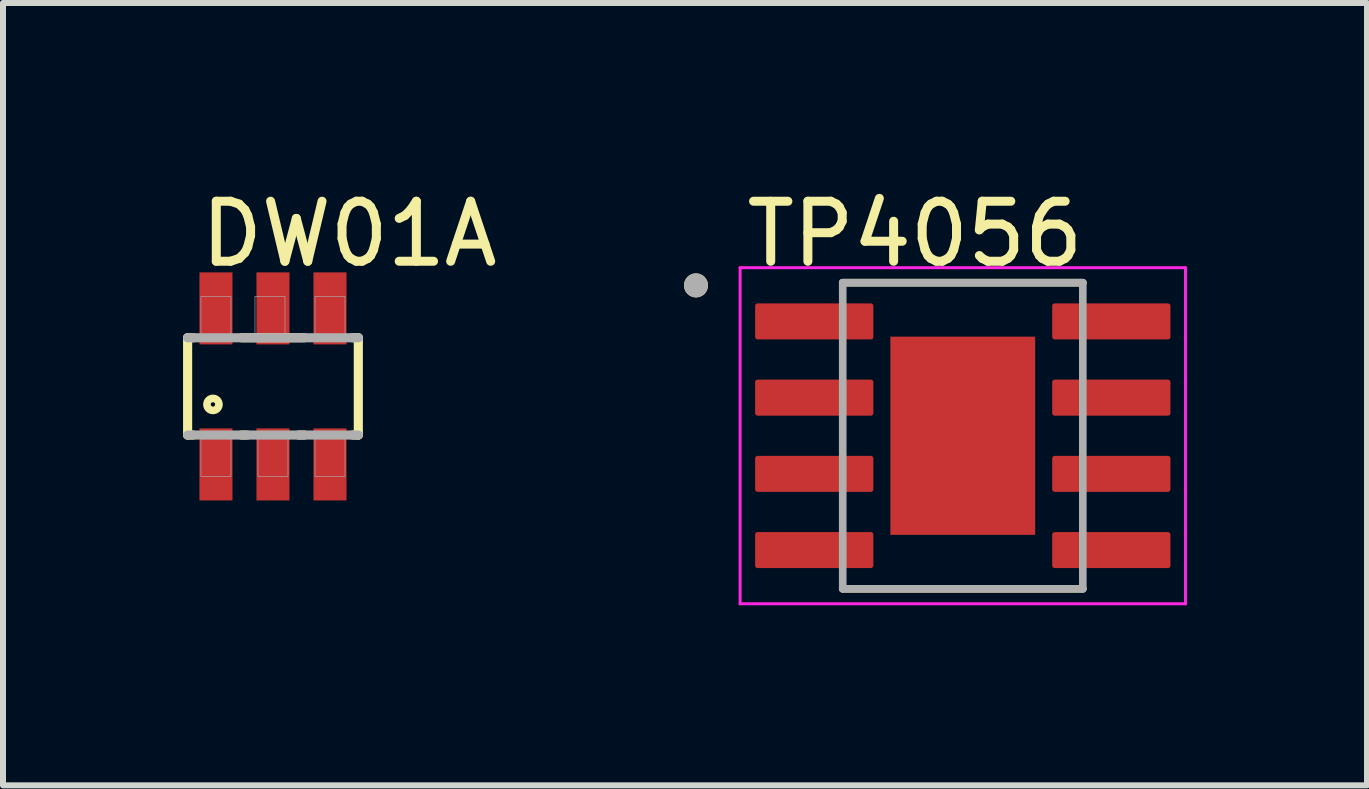
<source format=kicad_pcb>
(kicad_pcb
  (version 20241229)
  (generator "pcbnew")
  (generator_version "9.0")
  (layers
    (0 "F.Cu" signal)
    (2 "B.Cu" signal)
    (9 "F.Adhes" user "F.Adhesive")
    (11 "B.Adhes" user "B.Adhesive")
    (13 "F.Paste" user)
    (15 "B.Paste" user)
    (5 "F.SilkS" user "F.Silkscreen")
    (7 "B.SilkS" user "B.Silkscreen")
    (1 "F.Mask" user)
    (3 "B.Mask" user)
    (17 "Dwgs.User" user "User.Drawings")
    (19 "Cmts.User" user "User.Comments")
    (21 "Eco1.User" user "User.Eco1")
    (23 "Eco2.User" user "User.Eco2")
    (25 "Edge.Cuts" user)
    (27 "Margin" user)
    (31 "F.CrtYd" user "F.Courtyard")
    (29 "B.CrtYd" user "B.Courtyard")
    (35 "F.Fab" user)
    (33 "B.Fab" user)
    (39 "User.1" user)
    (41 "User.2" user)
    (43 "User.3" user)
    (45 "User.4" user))
  (footprint "TP4056"
    (layer "F.Cu")
    (at 12.991 4.21)
    (property "Reference" "TP4056" (at -0.795 -3.362 0) (layer "F.SilkS") (effects (font (size 1 1) (thickness 0.15))))
    (attr smd)
    (fp_line (start -2 -2.55) (end 2 -2.55) (stroke (width 0.127) (type solid)) (layer "F.SilkS"))
    (fp_line (start -2 2.55) (end 2 2.55) (stroke (width 0.127) (type solid)) (layer "F.SilkS"))
    (fp_circle (center -4.445 -2.505) (end -4.345 -2.505) (stroke (width 0.2) (type solid)) (fill no) (layer "F.SilkS"))
    (fp_poly (pts (xy -0.645 -0.82) (xy 0.645 -0.82) (xy 0.645 0.82) (xy -0.645 0.82)) (stroke (width 0.01) (type solid)) (fill yes) (layer "F.Paste"))
    (fp_line (start -3.71 -2.8) (end -3.71 2.8) (stroke (width 0.05) (type solid)) (layer "F.CrtYd"))
    (fp_line (start -3.71 -2.8) (end 3.71 -2.8) (stroke (width 0.05) (type solid)) (layer "F.CrtYd"))
    (fp_line (start -3.71 2.8) (end 3.71 2.8) (stroke (width 0.05) (type solid)) (layer "F.CrtYd"))
    (fp_line (start 3.71 -2.8) (end 3.71 2.8) (stroke (width 0.05) (type solid)) (layer "F.CrtYd"))
    (fp_line (start -2 -2.55) (end -2 2.55) (stroke (width 0.127) (type solid)) (layer "F.Fab"))
    (fp_line (start -2 -2.55) (end 2 -2.55) (stroke (width 0.127) (type solid)) (layer "F.Fab"))
    (fp_line (start -2 2.55) (end 2 2.55) (stroke (width 0.127) (type solid)) (layer "F.Fab"))
    (fp_line (start 2 -2.55) (end 2 2.55) (stroke (width 0.127) (type solid)) (layer "F.Fab"))
    (fp_circle (center -4.445 -2.505) (end -4.345 -2.505) (stroke (width 0.2) (type solid)) (fill no) (layer "F.Fab"))
    (pad "1" smd roundrect (at -2.475 -1.905) (size 1.97 0.6) (layers "F.Cu" "F.Mask" "F.Paste") (roundrect_rratio 0.07))
    (pad "2" smd roundrect (at -2.475 -0.635) (size 1.97 0.6) (layers "F.Cu" "F.Mask" "F.Paste") (roundrect_rratio 0.07))
    (pad "3" smd roundrect (at -2.475 0.635) (size 1.97 0.6) (layers "F.Cu" "F.Mask" "F.Paste") (roundrect_rratio 0.07))
    (pad "4" smd roundrect (at -2.475 1.905) (size 1.97 0.6) (layers "F.Cu" "F.Mask" "F.Paste") (roundrect_rratio 0.07))
    (pad "5" smd roundrect (at 2.475 1.905) (size 1.97 0.6) (layers "F.Cu" "F.Mask" "F.Paste") (roundrect_rratio 0.07))
    (pad "6" smd roundrect (at 2.475 0.635) (size 1.97 0.6) (layers "F.Cu" "F.Mask" "F.Paste") (roundrect_rratio 0.07))
    (pad "7" smd roundrect (at 2.475 -0.635) (size 1.97 0.6) (layers "F.Cu" "F.Mask" "F.Paste") (roundrect_rratio 0.07))
    (pad "8" smd roundrect (at 2.475 -1.905) (size 1.97 0.6) (layers "F.Cu" "F.Mask" "F.Paste") (roundrect_rratio 0.07))
    (pad "9" smd rect (at 0 0) (size 2.413 3.302) (layers "F.Cu" "F.Mask")))
  (footprint "DW01A"
    (layer "F.Cu")
    (at 1.498 3.388)
    (property "Reference" "DW01A" (at 1.27 -2.54 0) (layer "F.SilkS") (effects (font (size 1 1) (thickness 0.15))))
    (attr smd)
    (fp_line (start -1.422 -0.81) (end -1.328 -0.81) (stroke (width 0.152) (type solid)) (layer "F.SilkS"))
    (fp_line (start -1.422 0.81) (end -1.422 -0.81) (stroke (width 0.152) (type solid)) (layer "F.SilkS"))
    (fp_line (start -1.328 0.81) (end -1.422 0.81) (stroke (width 0.152) (type solid)) (layer "F.SilkS"))
    (fp_line (start -0.522 -0.81) (end 0.522 -0.81) (stroke (width 0.152) (type solid)) (layer "F.SilkS"))
    (fp_line (start -0.428 0.81) (end -0.522 0.81) (stroke (width 0.152) (type solid)) (layer "F.SilkS"))
    (fp_line (start 0.522 0.81) (end 0.428 0.81) (stroke (width 0.152) (type solid)) (layer "F.SilkS"))
    (fp_line (start 1.328 -0.81) (end 1.422 -0.81) (stroke (width 0.152) (type solid)) (layer "F.SilkS"))
    (fp_line (start 1.422 -0.81) (end 1.422 0.81) (stroke (width 0.152) (type solid)) (layer "F.SilkS"))
    (fp_line (start 1.422 0.81) (end 1.328 0.81) (stroke (width 0.152) (type solid)) (layer "F.SilkS"))
    (fp_circle (center -1 0.3) (end -0.9 0.3) (stroke (width 0.127) (type solid)) (fill no) (layer "F.SilkS"))
    (fp_line (start -1.422 -0.81) (end 1.422 -0.81) (stroke (width 0.152) (type solid)) (layer "F.Fab"))
    (fp_line (start 1.422 0.81) (end -1.422 0.81) (stroke (width 0.152) (type solid)) (layer "F.Fab"))
    (fp_poly (pts (xy -1.2 -1.5) (xy -0.7 -1.5) (xy -0.7 -0.85) (xy -1.2 -0.85)) (stroke (width 0.01) (type solid)) (fill no) (layer "F.Fab"))
    (fp_poly (pts (xy -1.2 0.85) (xy -0.7 0.85) (xy -0.7 1.5) (xy -1.2 1.5)) (stroke (width 0.01) (type solid)) (fill no) (layer "F.Fab"))
    (fp_poly (pts (xy -0.3 -1.5) (xy 0.2 -1.5) (xy 0.2 -0.85) (xy -0.3 -0.85)) (stroke (width 0.01) (type solid)) (fill no) (layer "F.Fab"))
    (fp_poly (pts (xy -0.25 0.85) (xy 0.25 0.85) (xy 0.25 1.5) (xy -0.25 1.5)) (stroke (width 0.01) (type solid)) (fill no) (layer "F.Fab"))
    (fp_poly (pts (xy 0.7 -1.5) (xy 1.2 -1.5) (xy 1.2 -0.85) (xy 0.7 -0.85)) (stroke (width 0.01) (type solid)) (fill no) (layer "F.Fab"))
    (fp_poly (pts (xy 0.7 0.85) (xy 1.2 0.85) (xy 1.2 1.5) (xy 0.7 1.5)) (stroke (width 0.01) (type solid)) (fill no) (layer "F.Fab"))
    (pad "1" smd rect (at -0.95 1.3) (size 0.55 1.2) (layers "F.Cu" "F.Mask" "F.Paste"))
    (pad "2" smd rect (at 0 1.3) (size 0.55 1.2) (layers "F.Cu" "F.Mask" "F.Paste"))
    (pad "3" smd rect (at 0.95 1.3) (size 0.55 1.2) (layers "F.Cu" "F.Mask" "F.Paste"))
    (pad "4" smd rect (at 0.95 -1.3) (size 0.55 1.2) (layers "F.Cu" "F.Mask" "F.Paste"))
    (pad "5" smd rect (at 0 -1.3) (size 0.55 1.2) (layers "F.Cu" "F.Mask" "F.Paste"))
    (pad "6" smd rect (at -0.95 -1.3) (size 0.55 1.2) (layers "F.Cu" "F.Mask" "F.Paste")))
  (gr_rect
    (start -3 -3)
    (end 19.726 10.035)
    (stroke (width 0.1) (type default))
    (fill no)
    (layer "Edge.Cuts")))
</source>
